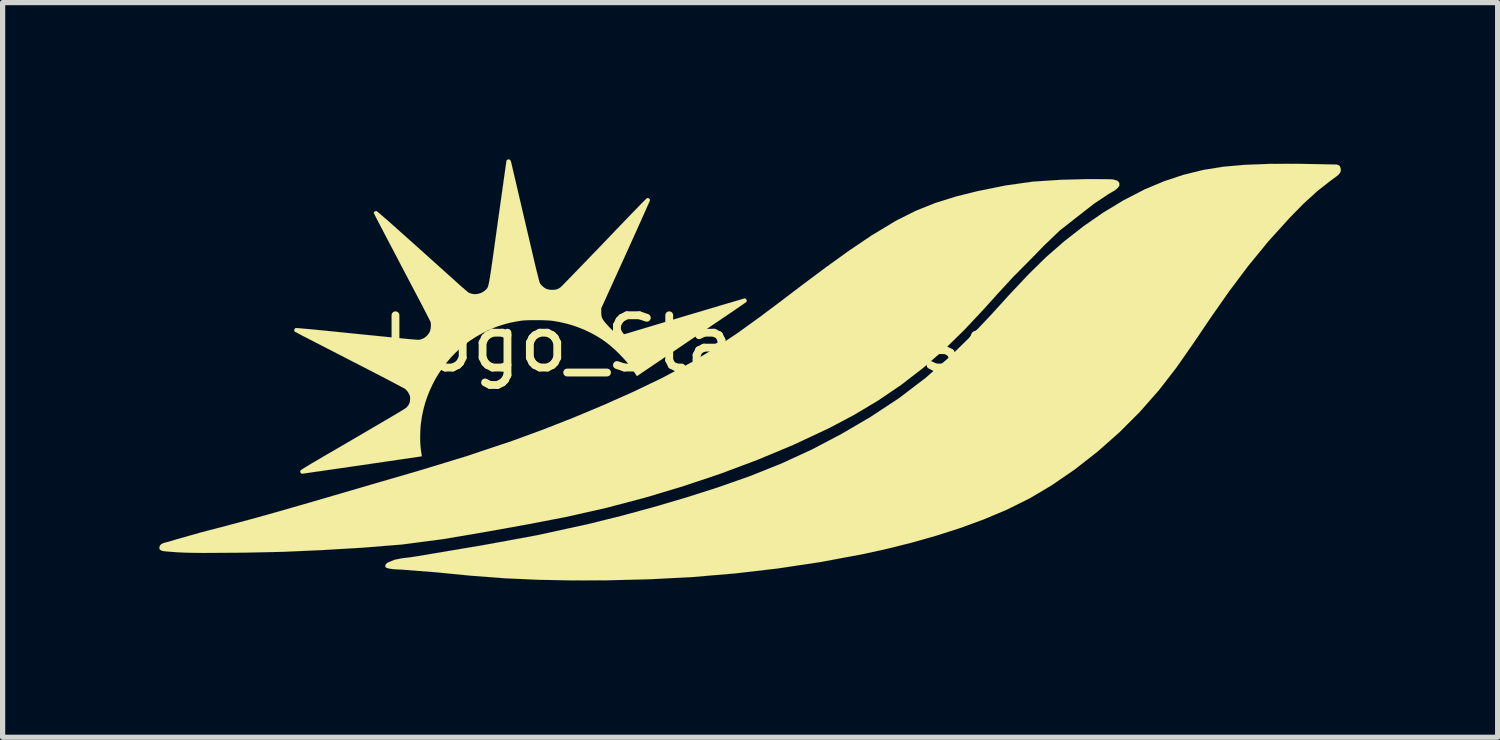
<source format=kicad_pcb>
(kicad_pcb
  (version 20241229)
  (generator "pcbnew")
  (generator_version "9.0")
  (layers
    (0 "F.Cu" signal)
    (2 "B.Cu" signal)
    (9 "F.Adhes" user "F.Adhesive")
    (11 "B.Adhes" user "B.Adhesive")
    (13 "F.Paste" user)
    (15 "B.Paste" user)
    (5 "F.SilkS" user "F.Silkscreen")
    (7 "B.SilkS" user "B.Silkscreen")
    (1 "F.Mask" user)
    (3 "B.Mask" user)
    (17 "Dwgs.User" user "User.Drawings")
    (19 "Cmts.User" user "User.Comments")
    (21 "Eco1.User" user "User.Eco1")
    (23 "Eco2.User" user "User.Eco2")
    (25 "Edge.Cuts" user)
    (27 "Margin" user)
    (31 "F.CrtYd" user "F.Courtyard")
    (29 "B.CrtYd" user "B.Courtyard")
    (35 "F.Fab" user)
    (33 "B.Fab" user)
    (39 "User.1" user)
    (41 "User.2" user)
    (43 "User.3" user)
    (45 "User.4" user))
  (footprint "Logo_Stan_Cassidy"
    (layer "F.Cu")
    (at 11.303 4.028)
    (property "Reference" "Logo_Stan_Cassidy" (at 0 -0.5 0) (unlocked yes) (layer "F.SilkS") (effects (font (size 1 1) (thickness 0.15))))
    (fp_poly (pts (xy 6.781 -3.649) (xy 6.861 -3.648) (xy 6.942 -3.645) (xy 7.018 -3.624) (xy 7.05 -3.6) (xy 7.067 -3.564) (xy 7.064 -3.525) (xy 7.043 -3.491) (xy 6.984 -3.439) (xy 6.915 -3.398) (xy 6.847 -3.358) (xy 6.584 -3.183) (xy 6.252 -2.924) (xy 5.922 -2.665) (xy 5.619 -2.374) (xy 5.325 -2.073) (xy 5.029 -1.775) (xy 4.745 -1.466) (xy 4.463 -1.154) (xy 4.097 -0.764) (xy 3.714 -0.39) (xy 3.311 -0.038) (xy 2.887 0.289) (xy 2.444 0.589) (xy 1.985 0.863) (xy 1.511 1.114) (xy 0.832 1.432) (xy 0.14 1.721) (xy -0.561 1.984) (xy -1.271 2.222) (xy -1.988 2.438) (xy -2.756 2.641) (xy -3.53 2.815) (xy -4.31 2.965) (xy -5.092 3.105) (xy -5.875 3.238) (xy -6.662 3.341) (xy -7.419 3.402) (xy -8.178 3.447) (xy -8.936 3.481) (xy -9.694 3.497) (xy -10.464 3.502) (xy -10.635 3.5) (xy -10.8 3.497) (xy -10.971 3.489) (xy -11.163 3.474) (xy -11.226 3.467) (xy -11.261 3.458) (xy -11.289 3.443) (xy -11.299 3.429) (xy -11.303 3.411) (xy -11.302 3.39) (xy -11.291 3.361) (xy -11.273 3.339) (xy -11.232 3.316) (xy -11.184 3.302) (xy -11.136 3.29) (xy -10.968 3.24) (xy -10.968 3.24) (xy -10.501 3.108) (xy -10.021 2.983) (xy -9.544 2.855) (xy -9.07 2.723) (xy -8.6 2.588) (xy -8.131 2.452) (xy -7.236 2.19) (xy -6.338 1.929) (xy -5.442 1.656) (xy -4.554 1.359) (xy -3.969 1.145) (xy -3.388 0.917) (xy -2.812 0.676) (xy -2.241 0.422) (xy -1.678 0.152) (xy -1.127 -0.142) (xy -0.678 -0.412) (xy -0.243 -0.703) (xy 0.182 -1.009) (xy 0.602 -1.324) (xy 1.027 -1.647) (xy 1.455 -1.966) (xy 1.888 -2.278) (xy 2.331 -2.577) (xy 2.789 -2.853) (xy 3.162 -3.041) (xy 3.549 -3.196) (xy 3.948 -3.32) (xy 4.355 -3.421) (xy 4.878 -3.527) (xy 5.404 -3.602) (xy 5.934 -3.637) (xy 6.467 -3.651)) (stroke (width 0.001) (type solid)) (fill yes) (layer "F.SilkS"))
    (fp_poly (pts (xy 10.92 -3.936) (xy 11.081 -3.932) (xy 11.172 -3.931) (xy 11.223 -3.929) (xy 11.254 -3.921) (xy 11.281 -3.902) (xy 11.294 -3.875) (xy 11.301 -3.844) (xy 11.303 -3.813) (xy 11.296 -3.784) (xy 11.263 -3.739) (xy 11.219 -3.702) (xy 11.105 -3.619) (xy 10.851 -3.42) (xy 10.581 -3.173) (xy 10.325 -2.911) (xy 9.917 -2.461) (xy 9.532 -1.991) (xy 9.167 -1.505) (xy 8.818 -1.007) (xy 8.478 -0.504) (xy 8.162 -0.051) (xy 7.824 0.386) (xy 7.459 0.801) (xy 7.068 1.192) (xy 6.655 1.558) (xy 6.22 1.899) (xy 5.764 2.212) (xy 5.348 2.458) (xy 4.915 2.673) (xy 4.469 2.861) (xy 4.015 3.027) (xy 3.555 3.174) (xy 3.09 3.306) (xy 2.621 3.423) (xy 2.149 3.527) (xy 1.342 3.677) (xy 0.531 3.799) (xy -0.284 3.894) (xy -1.101 3.963) (xy -1.92 4.006) (xy -2.74 4.026) (xy -3.394 4.028) (xy -4.047 4.016) (xy -4.701 3.987) (xy -5.353 3.937) (xy -6.002 3.873) (xy -6.658 3.822) (xy -6.797 3.815) (xy -6.875 3.807) (xy -6.922 3.798) (xy -6.949 3.789) (xy -6.965 3.782) (xy -6.976 3.772) (xy -6.981 3.759) (xy -6.98 3.743) (xy -6.967 3.714) (xy -6.944 3.694) (xy -6.916 3.679) (xy -6.802 3.633) (xy -6.658 3.604) (xy -6.511 3.587) (xy -6.365 3.565) (xy -6.221 3.541) (xy -6.076 3.516) (xy -6.076 3.516) (xy -5.078 3.348) (xy -4.082 3.165) (xy -3.093 2.949) (xy -2.468 2.794) (xy -1.846 2.625) (xy -1.227 2.443) (xy -0.613 2.247) (xy -0.004 2.033) (xy 0.594 1.794) (xy 1.179 1.525) (xy 1.75 1.225) (xy 2.306 0.899) (xy 2.845 0.544) (xy 3.357 0.154) (xy 3.842 -0.271) (xy 4.229 -0.65) (xy 4.602 -1.044) (xy 4.966 -1.444) (xy 5.337 -1.838) (xy 5.665 -2.159) (xy 6.011 -2.461) (xy 6.374 -2.745) (xy 6.752 -3.007) (xy 7.145 -3.245) (xy 7.554 -3.456) (xy 7.916 -3.608) (xy 8.289 -3.732) (xy 8.67 -3.826) (xy 9.058 -3.888) (xy 9.449 -3.923) (xy 9.939 -3.942) (xy 10.43 -3.944)) (stroke (width 0.001) (type solid)) (fill yes) (layer "F.SilkS"))
    (fp_poly (pts (xy -4.618 -4.028) (xy -4.615 -4.028) (xy -4.613 -4.027) (xy -4.61 -4.027) (xy -4.608 -4.026) (xy -4.606 -4.025) (xy -4.604 -4.024) (xy -4.601 -4.023) (xy -4.599 -4.021) (xy -4.597 -4.02) (xy -4.595 -4.018) (xy -4.593 -4.016) (xy -4.591 -4.014) (xy -4.589 -4.012) (xy -4.588 -4.01) (xy -4.586 -4.008) (xy -4.584 -4.005) (xy -4.583 -4.002) (xy -4.581 -4) (xy -4.58 -3.997) (xy -4.578 -3.994) (xy -4.577 -3.991) (xy -4.576 -3.987) (xy -4.575 -3.984) (xy -4.574 -3.98) (xy -4.305 -2.828) (xy -4.107 -1.982) (xy -4.051 -1.757) (xy -4.027 -1.67) (xy -4.022 -1.661) (xy -4.017 -1.653) (xy -4.011 -1.644) (xy -4.004 -1.635) (xy -3.997 -1.627) (xy -3.99 -1.618) (xy -3.982 -1.61) (xy -3.973 -1.602) (xy -3.964 -1.594) (xy -3.955 -1.586) (xy -3.946 -1.579) (xy -3.937 -1.573) (xy -3.928 -1.566) (xy -3.919 -1.561) (xy -3.91 -1.556) (xy -3.901 -1.551) (xy -3.896 -1.55) (xy -3.892 -1.548) (xy -3.887 -1.546) (xy -3.881 -1.545) (xy -3.876 -1.543) (xy -3.87 -1.541) (xy -3.864 -1.54) (xy -3.858 -1.539) (xy -3.852 -1.538) (xy -3.846 -1.536) (xy -3.832 -1.534) (xy -3.826 -1.534) (xy -3.819 -1.533) (xy -3.812 -1.532) (xy -3.806 -1.532) (xy -3.791 -1.531) (xy -3.777 -1.531) (xy -3.764 -1.531) (xy -3.751 -1.532) (xy -3.738 -1.534) (xy -3.726 -1.536) (xy -3.714 -1.538) (xy -3.702 -1.541) (xy -3.691 -1.545) (xy -3.681 -1.549) (xy -3.67 -1.554) (xy -3.66 -1.559) (xy -3.65 -1.565) (xy -3.64 -1.572) (xy -3.63 -1.579) (xy -3.62 -1.587) (xy -3.598 -1.608) (xy -3.55 -1.657) (xy -3.387 -1.825) (xy -3.155 -2.065) (xy -2.879 -2.351) (xy -2.349 -2.904) (xy -2.081 -3.181) (xy -2.016 -3.246) (xy -1.982 -3.278) (xy -1.967 -3.288) (xy -1.959 -3.289) (xy -1.957 -3.289) (xy -1.955 -3.289) (xy -1.953 -3.288) (xy -1.951 -3.288) (xy -1.949 -3.287) (xy -1.948 -3.287) (xy -1.946 -3.286) (xy -1.944 -3.285) (xy -1.942 -3.284) (xy -1.94 -3.283) (xy -1.938 -3.282) (xy -1.936 -3.281) (xy -1.933 -3.278) (xy -1.93 -3.275) (xy -1.927 -3.272) (xy -1.924 -3.269) (xy -1.923 -3.267) (xy -1.922 -3.265) (xy -1.921 -3.263) (xy -1.92 -3.262) (xy -1.919 -3.26) (xy -1.918 -3.258) (xy -1.917 -3.256) (xy -1.917 -3.254) (xy -1.916 -3.252) (xy -1.916 -3.25) (xy -1.916 -3.248) (xy -1.916 -3.246) (xy -1.925 -3.223) (xy -1.953 -3.16) (xy -2.053 -2.935) (xy -2.201 -2.605) (xy -2.382 -2.205) (xy -2.849 -1.178) (xy -2.849 -1.104) (xy -2.849 -1.086) (xy -2.848 -1.07) (xy -2.847 -1.055) (xy -2.845 -1.04) (xy -2.842 -1.026) (xy -2.839 -1.013) (xy -2.834 -1) (xy -2.829 -0.987) (xy -2.822 -0.973) (xy -2.814 -0.96) (xy -2.805 -0.946) (xy -2.794 -0.932) (xy -2.782 -0.916) (xy -2.769 -0.9) (xy -2.753 -0.882) (xy -2.736 -0.863) (xy -2.689 -0.812) (xy -2.668 -0.79) (xy -2.65 -0.772) (xy -2.633 -0.755) (xy -2.617 -0.741) (xy -2.602 -0.729) (xy -2.588 -0.72) (xy -2.574 -0.711) (xy -2.561 -0.705) (xy -2.547 -0.7) (xy -2.533 -0.695) (xy -2.518 -0.692) (xy -2.502 -0.69) (xy -2.485 -0.689) (xy -2.466 -0.687) (xy -2.4 -0.684) (xy -1.26 -1.026) (xy -0.45 -1.267) (xy -0.105 -1.368) (xy -0.102 -1.367) (xy -0.099 -1.367) (xy -0.097 -1.366) (xy -0.094 -1.366) (xy -0.092 -1.365) (xy -0.089 -1.363) (xy -0.087 -1.362) (xy -0.085 -1.361) (xy -0.083 -1.359) (xy -0.081 -1.357) (xy -0.079 -1.355) (xy -0.077 -1.353) (xy -0.075 -1.351) (xy -0.073 -1.348) (xy -0.072 -1.346) (xy -0.071 -1.343) (xy -0.069 -1.341) (xy -0.068 -1.338) (xy -0.067 -1.335) (xy -0.066 -1.333) (xy -0.066 -1.33) (xy -0.065 -1.327) (xy -0.065 -1.324) (xy -0.065 -1.322) (xy -0.065 -1.319) (xy -0.065 -1.316) (xy -0.065 -1.313) (xy -0.066 -1.311) (xy -0.067 -1.308) (xy -0.068 -1.305) (xy -0.069 -1.303) (xy -0.07 -1.301) (xy -0.155 -1.242) (xy -0.381 -1.087) (xy -1.121 -0.587) (xy -2.166 0.119) (xy -2.218 0.04) (xy -2.249 -0.006) (xy -2.281 -0.051) (xy -2.315 -0.095) (xy -2.35 -0.139) (xy -2.387 -0.182) (xy -2.426 -0.225) (xy -2.467 -0.269) (xy -2.511 -0.314) (xy -2.545 -0.347) (xy -2.577 -0.378) (xy -2.609 -0.407) (xy -2.641 -0.435) (xy -2.672 -0.462) (xy -2.703 -0.488) (xy -2.735 -0.513) (xy -2.766 -0.536) (xy -2.798 -0.559) (xy -2.83 -0.582) (xy -2.863 -0.603) (xy -2.897 -0.624) (xy -2.932 -0.645) (xy -2.967 -0.665) (xy -3.004 -0.686) (xy -3.042 -0.706) (xy -3.085 -0.727) (xy -3.129 -0.748) (xy -3.172 -0.768) (xy -3.216 -0.786) (xy -3.26 -0.804) (xy -3.305 -0.821) (xy -3.35 -0.837) (xy -3.395 -0.852) (xy -3.441 -0.866) (xy -3.487 -0.879) (xy -3.534 -0.891) (xy -3.582 -0.902) (xy -3.63 -0.913) (xy -3.679 -0.922) (xy -3.729 -0.931) (xy -3.779 -0.939) (xy -3.834 -0.945) (xy -3.906 -0.949) (xy -3.989 -0.952) (xy -4.077 -0.953) (xy -4.166 -0.953) (xy -4.248 -0.951) (xy -4.319 -0.948) (xy -4.372 -0.943) (xy -4.433 -0.933) (xy -4.493 -0.923) (xy -4.552 -0.911) (xy -4.609 -0.898) (xy -4.666 -0.884) (xy -4.721 -0.868) (xy -4.776 -0.851) (xy -4.83 -0.833) (xy -4.884 -0.813) (xy -4.937 -0.791) (xy -4.99 -0.768) (xy -5.043 -0.744) (xy -5.096 -0.717) (xy -5.148 -0.689) (xy -5.202 -0.659) (xy -5.255 -0.628) (xy -5.358 -0.561) (xy -5.458 -0.488) (xy -5.552 -0.409) (xy -5.643 -0.324) (xy -5.728 -0.235) (xy -5.809 -0.14) (xy -5.884 -0.041) (xy -5.954 0.062) (xy -6.019 0.169) (xy -6.077 0.279) (xy -6.13 0.393) (xy -6.177 0.51) (xy -6.217 0.629) (xy -6.25 0.751) (xy -6.277 0.874) (xy -6.296 0.999) (xy -6.305 1.075) (xy -6.31 1.153) (xy -6.313 1.231) (xy -6.314 1.309) (xy -6.312 1.385) (xy -6.307 1.459) (xy -6.3 1.53) (xy -6.29 1.596) (xy -6.288 1.607) (xy -6.286 1.618) (xy -6.285 1.628) (xy -6.284 1.637) (xy -6.284 1.644) (xy -6.284 1.649) (xy -6.284 1.651) (xy -6.284 1.653) (xy -6.284 1.654) (xy -6.285 1.654) (xy -6.285 1.654) (xy -7.424 1.821) (xy -8.571 1.987) (xy -8.572 1.987) (xy -8.574 1.987) (xy -8.575 1.986) (xy -8.577 1.986) (xy -8.579 1.985) (xy -8.58 1.985) (xy -8.582 1.984) (xy -8.584 1.983) (xy -8.586 1.982) (xy -8.588 1.981) (xy -8.589 1.979) (xy -8.591 1.978) (xy -8.593 1.977) (xy -8.594 1.975) (xy -8.596 1.974) (xy -8.597 1.972) (xy -8.597 1.972) (xy -8.599 1.971) (xy -8.6 1.969) (xy -8.601 1.967) (xy -8.603 1.965) (xy -8.604 1.963) (xy -8.605 1.96) (xy -8.605 1.958) (xy -8.606 1.956) (xy -8.607 1.953) (xy -8.607 1.951) (xy -8.608 1.948) (xy -8.608 1.946) (xy -8.608 1.943) (xy -8.608 1.941) (xy -8.608 1.938) (xy -8.608 1.936) (xy -8.608 1.934) (xy -8.607 1.931) (xy -8.605 1.929) (xy -8.602 1.926) (xy -8.599 1.923) (xy -8.594 1.919) (xy -8.588 1.914) (xy -8.581 1.909) (xy -8.572 1.902) (xy -8.561 1.895) (xy -8.549 1.887) (xy -8.534 1.878) (xy -8.499 1.856) (xy -8.454 1.829) (xy -8.398 1.795) (xy -8.33 1.755) (xy -8.249 1.708) (xy -8.155 1.652) (xy -7.917 1.514) (xy -7.61 1.335) (xy -6.849 0.889) (xy -6.655 0.773) (xy -6.603 0.74) (xy -6.579 0.723) (xy -6.57 0.714) (xy -6.561 0.704) (xy -6.553 0.695) (xy -6.546 0.685) (xy -6.539 0.676) (xy -6.533 0.666) (xy -6.528 0.656) (xy -6.523 0.646) (xy -6.519 0.636) (xy -6.515 0.625) (xy -6.513 0.615) (xy -6.51 0.603) (xy -6.508 0.592) (xy -6.507 0.579) (xy -6.506 0.567) (xy -6.506 0.554) (xy -6.506 0.536) (xy -6.507 0.528) (xy -6.507 0.521) (xy -6.508 0.515) (xy -6.508 0.509) (xy -6.509 0.503) (xy -6.511 0.497) (xy -6.512 0.492) (xy -6.514 0.486) (xy -6.516 0.48) (xy -6.519 0.474) (xy -6.522 0.468) (xy -6.525 0.461) (xy -6.534 0.446) (xy -6.537 0.441) (xy -6.54 0.435) (xy -6.543 0.43) (xy -6.547 0.424) (xy -6.555 0.413) (xy -6.563 0.402) (xy -6.572 0.392) (xy -6.576 0.387) (xy -6.58 0.383) (xy -6.584 0.378) (xy -6.588 0.374) (xy -6.592 0.371) (xy -6.596 0.367) (xy -6.621 0.352) (xy -6.681 0.32) (xy -6.89 0.209) (xy -7.202 0.047) (xy -7.595 -0.155) (xy -8.59 -0.667) (xy -8.706 -0.73) (xy -8.719 -0.741) (xy -8.722 -0.748) (xy -8.722 -0.749) (xy -8.723 -0.751) (xy -8.723 -0.753) (xy -8.723 -0.755) (xy -8.723 -0.756) (xy -8.723 -0.758) (xy -8.723 -0.76) (xy -8.723 -0.762) (xy -8.722 -0.766) (xy -8.721 -0.77) (xy -8.72 -0.773) (xy -8.718 -0.777) (xy -8.716 -0.781) (xy -8.714 -0.784) (xy -8.712 -0.788) (xy -8.709 -0.791) (xy -8.706 -0.794) (xy -8.703 -0.796) (xy -8.702 -0.798) (xy -8.7 -0.799) (xy -8.698 -0.8) (xy -8.697 -0.801) (xy -8.69 -0.801) (xy -8.675 -0.801) (xy -8.616 -0.796) (xy -8.39 -0.776) (xy -8.025 -0.74) (xy -7.525 -0.689) (xy -6.578 -0.594) (xy -6.392 -0.578) (xy -6.347 -0.576) (xy -6.325 -0.577) (xy -6.31 -0.581) (xy -6.295 -0.585) (xy -6.28 -0.59) (xy -6.265 -0.596) (xy -6.251 -0.603) (xy -6.237 -0.611) (xy -6.224 -0.62) (xy -6.211 -0.629) (xy -6.199 -0.64) (xy -6.187 -0.651) (xy -6.176 -0.662) (xy -6.165 -0.675) (xy -6.155 -0.688) (xy -6.146 -0.701) (xy -6.137 -0.716) (xy -6.13 -0.731) (xy -6.126 -0.739) (xy -6.122 -0.749) (xy -6.119 -0.76) (xy -6.116 -0.772) (xy -6.114 -0.784) (xy -6.112 -0.797) (xy -6.11 -0.81) (xy -6.109 -0.824) (xy -6.108 -0.837) (xy -6.108 -0.851) (xy -6.107 -0.864) (xy -6.108 -0.876) (xy -6.109 -0.888) (xy -6.11 -0.899) (xy -6.112 -0.91) (xy -6.114 -0.919) (xy -6.127 -0.945) (xy -6.16 -1.01) (xy -6.278 -1.239) (xy -6.661 -1.968) (xy -7.041 -2.693) (xy -7.157 -2.916) (xy -7.2 -3.002) (xy -7.199 -3.004) (xy -7.199 -3.006) (xy -7.199 -3.008) (xy -7.198 -3.009) (xy -7.198 -3.011) (xy -7.197 -3.013) (xy -7.196 -3.015) (xy -7.195 -3.017) (xy -7.194 -3.018) (xy -7.193 -3.02) (xy -7.191 -3.022) (xy -7.19 -3.023) (xy -7.188 -3.025) (xy -7.187 -3.026) (xy -7.185 -3.028) (xy -7.183 -3.029) (xy -7.181 -3.031) (xy -7.18 -3.032) (xy -7.178 -3.033) (xy -7.176 -3.034) (xy -7.174 -3.035) (xy -7.172 -3.036) (xy -7.169 -3.037) (xy -7.167 -3.038) (xy -7.165 -3.038) (xy -7.163 -3.039) (xy -7.161 -3.039) (xy -7.159 -3.04) (xy -7.157 -3.04) (xy -7.154 -3.04) (xy -7.152 -3.04) (xy -7.15 -3.04) (xy -7.145 -3.037) (xy -7.134 -3.028) (xy -7.094 -2.996) (xy -7.032 -2.942) (xy -6.945 -2.867) (xy -6.835 -2.77) (xy -6.701 -2.65) (xy -6.358 -2.344) (xy -5.513 -1.585) (xy -5.407 -1.495) (xy -5.39 -1.482) (xy -5.379 -1.476) (xy -5.369 -1.471) (xy -5.36 -1.467) (xy -5.34 -1.461) (xy -5.32 -1.455) (xy -5.299 -1.452) (xy -5.278 -1.45) (xy -5.256 -1.45) (xy -5.235 -1.451) (xy -5.213 -1.454) (xy -5.192 -1.459) (xy -5.171 -1.465) (xy -5.15 -1.472) (xy -5.13 -1.481) (xy -5.111 -1.492) (xy -5.093 -1.503) (xy -5.076 -1.517) (xy -5.06 -1.531) (xy -5.049 -1.542) (xy -5.044 -1.547) (xy -5.039 -1.552) (xy -5.035 -1.557) (xy -5.033 -1.56) (xy -5.031 -1.563) (xy -5.028 -1.567) (xy -5.026 -1.57) (xy -5.024 -1.574) (xy -5.022 -1.578) (xy -5.02 -1.583) (xy -5.018 -1.588) (xy -5.016 -1.593) (xy -5.014 -1.599) (xy -5.012 -1.605) (xy -5.01 -1.612) (xy -5.006 -1.627) (xy -5.002 -1.645) (xy -4.998 -1.665) (xy -4.993 -1.689) (xy -4.988 -1.716) (xy -4.983 -1.746) (xy -4.977 -1.78) (xy -4.971 -1.819) (xy -4.964 -1.862) (xy -4.957 -1.909) (xy -4.949 -1.961) (xy -4.932 -2.082) (xy -4.911 -2.226) (xy -4.888 -2.395) (xy -4.829 -2.816) (xy -4.662 -4.002) (xy -4.662 -4.003) (xy -4.661 -4.004) (xy -4.661 -4.004) (xy -4.661 -4.005) (xy -4.66 -4.006) (xy -4.659 -4.008) (xy -4.658 -4.009) (xy -4.656 -4.011) (xy -4.655 -4.012) (xy -4.653 -4.014) (xy -4.652 -4.015) (xy -4.65 -4.017) (xy -4.648 -4.018) (xy -4.646 -4.019) (xy -4.644 -4.021) (xy -4.642 -4.022) (xy -4.64 -4.023) (xy -4.638 -4.024) (xy -4.635 -4.025) (xy -4.633 -4.026) (xy -4.63 -4.027) (xy -4.628 -4.027) (xy -4.625 -4.028) (xy -4.623 -4.028) (xy -4.62 -4.028)) (stroke (width 0.001) (type solid)) (fill yes) (layer "F.SilkS")))
  (gr_rect
    (start -3 -3)
    (end 25.607 11.057)
    (stroke (width 0.1) (type default))
    (fill no)
    (layer "Edge.Cuts")))
</source>
